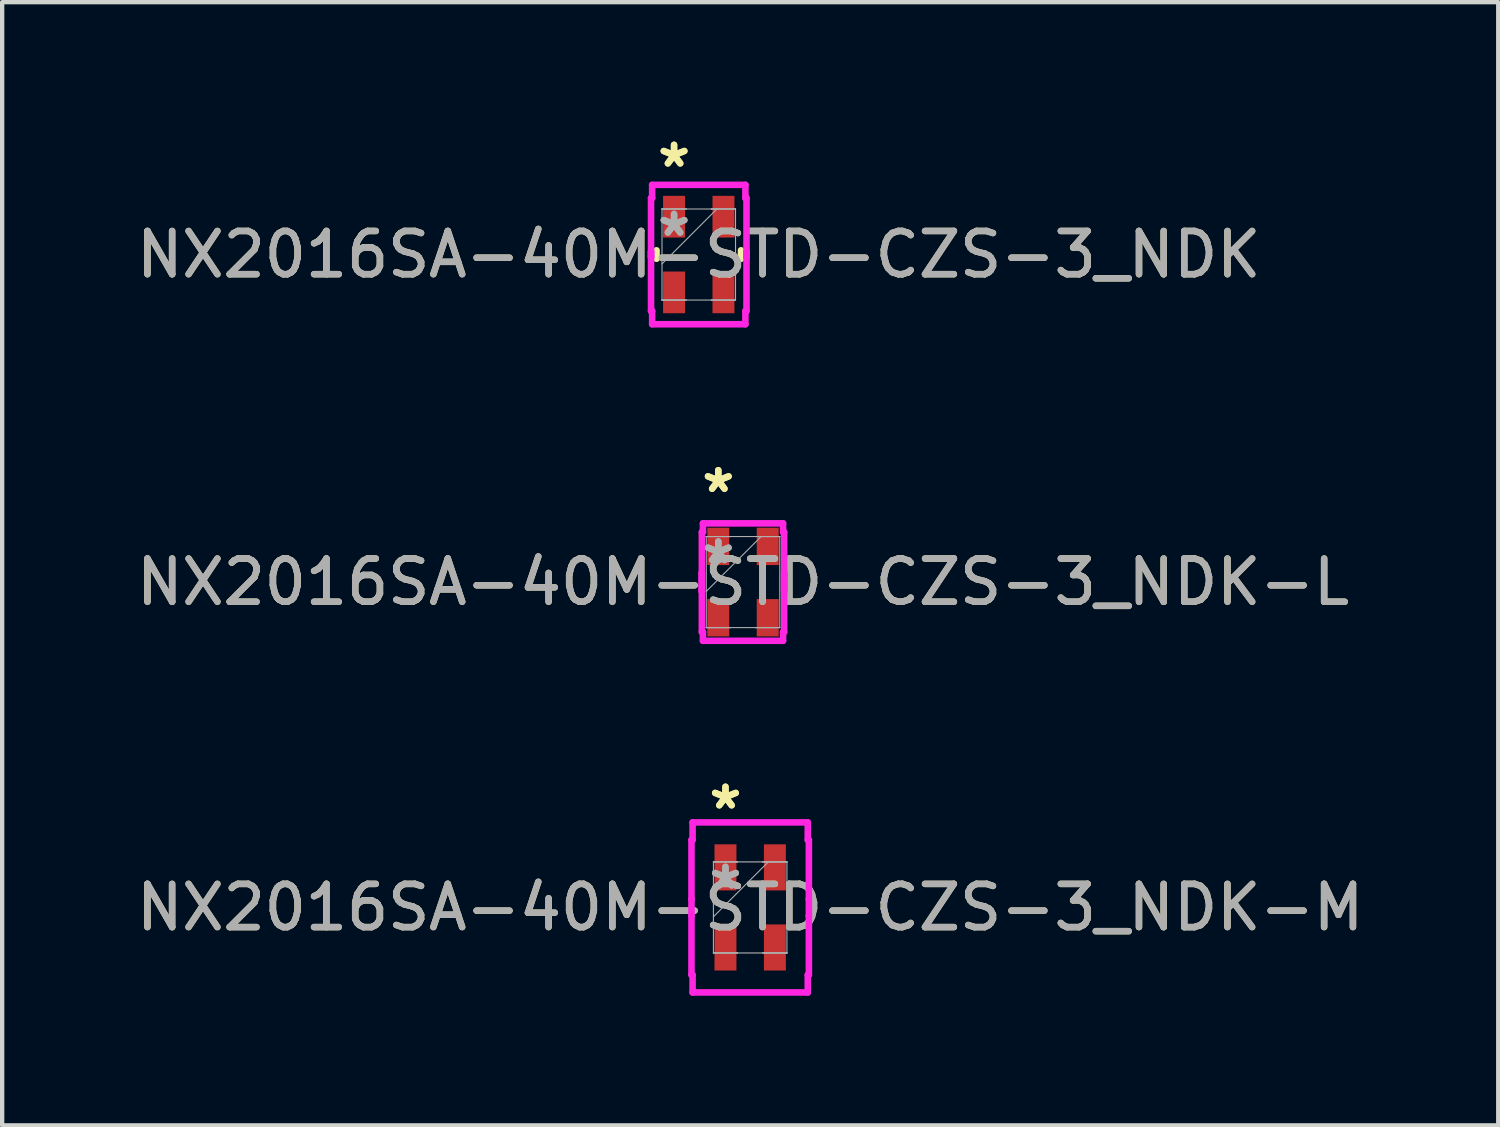
<source format=kicad_pcb>
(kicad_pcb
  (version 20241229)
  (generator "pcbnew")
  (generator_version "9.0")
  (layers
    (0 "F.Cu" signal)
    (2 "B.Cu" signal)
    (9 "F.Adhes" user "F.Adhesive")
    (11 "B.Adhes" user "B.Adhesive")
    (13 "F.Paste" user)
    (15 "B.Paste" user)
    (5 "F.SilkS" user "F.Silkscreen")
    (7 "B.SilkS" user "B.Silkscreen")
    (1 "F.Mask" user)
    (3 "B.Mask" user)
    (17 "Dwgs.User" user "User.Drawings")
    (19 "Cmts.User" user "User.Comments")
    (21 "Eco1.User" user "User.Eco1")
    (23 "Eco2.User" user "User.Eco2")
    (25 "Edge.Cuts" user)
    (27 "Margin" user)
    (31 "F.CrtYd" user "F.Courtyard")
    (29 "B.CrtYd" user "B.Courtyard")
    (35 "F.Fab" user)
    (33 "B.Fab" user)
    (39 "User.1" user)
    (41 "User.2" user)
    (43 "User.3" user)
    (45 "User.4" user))
  (footprint "NX2016SA-40M-STD-CZS-3_NDK"
    (layer "F.Cu")
    (at 13.125 2.842)
    (property "Reference" "NX2016SA-40M-STD-CZS-3_NDK" (at 0 0 0) (unlocked yes) (layer "F.SilkS") (effects (font (size 1 1) (thickness 0.15))))
    (attr smd)
    (fp_line (start -0.978 -0.098) (end -0.978 0.098) (stroke (width 0.152) (type solid)) (layer "F.SilkS"))
    (fp_line (start 0.978 0.098) (end 0.978 -0.098) (stroke (width 0.152) (type solid)) (layer "F.SilkS"))
    (fp_line (start -1.105 -1.308) (end -1.079 -1.308) (stroke (width 0.152) (type solid)) (layer "F.CrtYd"))
    (fp_line (start -1.105 -0.064) (end -1.105 -0.064) (stroke (width 0.152) (type solid)) (layer "F.CrtYd"))
    (fp_line (start -1.105 -0.064) (end -1.105 0.064) (stroke (width 0.152) (type solid)) (layer "F.CrtYd"))
    (fp_line (start -1.105 0.064) (end -1.105 -1.308) (stroke (width 0.152) (type solid)) (layer "F.CrtYd"))
    (fp_line (start -1.105 0.064) (end -1.105 0.064) (stroke (width 0.152) (type solid)) (layer "F.CrtYd"))
    (fp_line (start -1.105 1.308) (end -1.105 -0.064) (stroke (width 0.152) (type solid)) (layer "F.CrtYd"))
    (fp_line (start -1.079 -1.613) (end 1.079 -1.613) (stroke (width 0.152) (type solid)) (layer "F.CrtYd"))
    (fp_line (start -1.079 -1.308) (end -1.079 -1.613) (stroke (width 0.152) (type solid)) (layer "F.CrtYd"))
    (fp_line (start -1.079 1.308) (end -1.105 1.308) (stroke (width 0.152) (type solid)) (layer "F.CrtYd"))
    (fp_line (start -1.079 1.613) (end -1.079 1.308) (stroke (width 0.152) (type solid)) (layer "F.CrtYd"))
    (fp_line (start 1.079 -1.613) (end 1.079 -1.308) (stroke (width 0.152) (type solid)) (layer "F.CrtYd"))
    (fp_line (start 1.079 -1.308) (end 1.105 -1.308) (stroke (width 0.152) (type solid)) (layer "F.CrtYd"))
    (fp_line (start 1.079 1.308) (end 1.079 1.613) (stroke (width 0.152) (type solid)) (layer "F.CrtYd"))
    (fp_line (start 1.079 1.613) (end -1.079 1.613) (stroke (width 0.152) (type solid)) (layer "F.CrtYd"))
    (fp_line (start 1.105 -1.308) (end 1.105 0.064) (stroke (width 0.152) (type solid)) (layer "F.CrtYd"))
    (fp_line (start 1.105 -0.064) (end 1.105 -0.064) (stroke (width 0.152) (type solid)) (layer "F.CrtYd"))
    (fp_line (start 1.105 -0.064) (end 1.105 1.308) (stroke (width 0.152) (type solid)) (layer "F.CrtYd"))
    (fp_line (start 1.105 0.064) (end 1.105 -0.064) (stroke (width 0.152) (type solid)) (layer "F.CrtYd"))
    (fp_line (start 1.105 0.064) (end 1.105 0.064) (stroke (width 0.152) (type solid)) (layer "F.CrtYd"))
    (fp_line (start 1.105 1.308) (end 1.079 1.308) (stroke (width 0.152) (type solid)) (layer "F.CrtYd"))
    (fp_line (start -0.851 -1.054) (end -0.851 -1.054) (stroke (width 0.025) (type solid)) (layer "F.Fab"))
    (fp_line (start -0.851 -1.054) (end -0.851 -1.054) (stroke (width 0.025) (type solid)) (layer "F.Fab"))
    (fp_line (start -0.851 -1.054) (end -0.851 1.054) (stroke (width 0.025) (type solid)) (layer "F.Fab"))
    (fp_line (start -0.851 -1.054) (end -0.292 -1.054) (stroke (width 0.025) (type solid)) (layer "F.Fab"))
    (fp_line (start -0.851 0.216) (end 0.419 -1.054) (stroke (width 0.025) (type solid)) (layer "F.Fab"))
    (fp_line (start -0.851 1.054) (end -0.851 1.054) (stroke (width 0.025) (type solid)) (layer "F.Fab"))
    (fp_line (start -0.851 1.054) (end -0.851 1.054) (stroke (width 0.025) (type solid)) (layer "F.Fab"))
    (fp_line (start -0.851 1.054) (end -0.292 1.054) (stroke (width 0.025) (type solid)) (layer "F.Fab"))
    (fp_line (start -0.851 1.054) (end 0.851 1.054) (stroke (width 0.025) (type solid)) (layer "F.Fab"))
    (fp_line (start -0.292 -1.054) (end -0.851 -1.054) (stroke (width 0.025) (type solid)) (layer "F.Fab"))
    (fp_line (start -0.292 -1.054) (end -0.292 -1.054) (stroke (width 0.025) (type solid)) (layer "F.Fab"))
    (fp_line (start -0.292 1.054) (end -0.851 1.054) (stroke (width 0.025) (type solid)) (layer "F.Fab"))
    (fp_line (start -0.292 1.054) (end -0.292 1.054) (stroke (width 0.025) (type solid)) (layer "F.Fab"))
    (fp_line (start 0.292 -1.054) (end 0.292 -1.054) (stroke (width 0.025) (type solid)) (layer "F.Fab"))
    (fp_line (start 0.292 -1.054) (end 0.851 -1.054) (stroke (width 0.025) (type solid)) (layer "F.Fab"))
    (fp_line (start 0.292 1.054) (end 0.292 1.054) (stroke (width 0.025) (type solid)) (layer "F.Fab"))
    (fp_line (start 0.292 1.054) (end 0.851 1.054) (stroke (width 0.025) (type solid)) (layer "F.Fab"))
    (fp_line (start 0.851 -1.054) (end -0.851 -1.054) (stroke (width 0.025) (type solid)) (layer "F.Fab"))
    (fp_line (start 0.851 -1.054) (end 0.292 -1.054) (stroke (width 0.025) (type solid)) (layer "F.Fab"))
    (fp_line (start 0.851 -1.054) (end 0.851 -1.054) (stroke (width 0.025) (type solid)) (layer "F.Fab"))
    (fp_line (start 0.851 -1.054) (end 0.851 -1.054) (stroke (width 0.025) (type solid)) (layer "F.Fab"))
    (fp_line (start 0.851 1.054) (end 0.292 1.054) (stroke (width 0.025) (type solid)) (layer "F.Fab"))
    (fp_line (start 0.851 1.054) (end 0.851 -1.054) (stroke (width 0.025) (type solid)) (layer "F.Fab"))
    (fp_line (start 0.851 1.054) (end 0.851 1.054) (stroke (width 0.025) (type solid)) (layer "F.Fab"))
    (fp_line (start 0.851 1.054) (end 0.851 1.054) (stroke (width 0.025) (type solid)) (layer "F.Fab"))
    (fp_text user "*" (at -0.572 -1.994 0) (layer "F.SilkS") (effects (font (size 1 1) (thickness 0.15))))
    (fp_text user "*" (at -0.572 -1.994 0) (unlocked yes) (layer "F.SilkS") (effects (font (size 1 1) (thickness 0.15))))
    (fp_text user "*" (at -0.572 -0.394 0) (layer "F.Fab") (effects (font (size 1 1) (thickness 0.15))))
    (fp_text user "*" (at -0.572 -0.394 0) (unlocked yes) (layer "F.Fab") (effects (font (size 1 1) (thickness 0.15))))
    (fp_text user "${REFERENCE}" (at 0 0 0) (unlocked yes) (layer "F.Fab") (effects (font (size 1 1) (thickness 0.15))))
    (pad "1" smd rect (at -0.572 -0.876) (size 0.508 0.965) (layers "F.Cu" "F.Mask" "F.Paste"))
    (pad "2" smd rect (at -0.572 0.876) (size 0.508 0.965) (layers "F.Cu" "F.Mask" "F.Paste"))
    (pad "3" smd rect (at 0.572 0.876) (size 0.508 0.965) (layers "F.Cu" "F.Mask" "F.Paste"))
    (pad "4" smd rect (at 0.572 -0.876) (size 0.508 0.965) (layers "F.Cu" "F.Mask" "F.Paste")))
  (footprint "NX2016SA-40M-STD-CZS-3_NDK-M"
    (layer "F.Cu")
    (at 14.315 17.955)
    (property "Reference" "NX2016SA-40M-STD-CZS-3_NDK-M" (at 0 0 0) (unlocked yes) (layer "F.SilkS") (effects (font (size 1 1) (thickness 0.15))))
    (attr smd)
    (fp_line (start -1.359 -1.562) (end -1.333 -1.562) (stroke (width 0.152) (type solid)) (layer "F.CrtYd"))
    (fp_line (start -1.359 -0.191) (end -1.359 -1.562) (stroke (width 0.152) (type solid)) (layer "F.CrtYd"))
    (fp_line (start -1.359 -0.191) (end -1.359 -0.191) (stroke (width 0.152) (type solid)) (layer "F.CrtYd"))
    (fp_line (start -1.359 0.191) (end -1.359 -0.191) (stroke (width 0.152) (type solid)) (layer "F.CrtYd"))
    (fp_line (start -1.359 0.191) (end -1.359 0.191) (stroke (width 0.152) (type solid)) (layer "F.CrtYd"))
    (fp_line (start -1.359 1.562) (end -1.359 0.191) (stroke (width 0.152) (type solid)) (layer "F.CrtYd"))
    (fp_line (start -1.333 -1.968) (end 1.333 -1.968) (stroke (width 0.152) (type solid)) (layer "F.CrtYd"))
    (fp_line (start -1.333 -1.562) (end -1.333 -1.968) (stroke (width 0.152) (type solid)) (layer "F.CrtYd"))
    (fp_line (start -1.333 1.562) (end -1.359 1.562) (stroke (width 0.152) (type solid)) (layer "F.CrtYd"))
    (fp_line (start -1.333 1.968) (end -1.333 1.562) (stroke (width 0.152) (type solid)) (layer "F.CrtYd"))
    (fp_line (start 1.333 -1.968) (end 1.333 -1.562) (stroke (width 0.152) (type solid)) (layer "F.CrtYd"))
    (fp_line (start 1.333 -1.562) (end 1.359 -1.562) (stroke (width 0.152) (type solid)) (layer "F.CrtYd"))
    (fp_line (start 1.333 1.562) (end 1.333 1.968) (stroke (width 0.152) (type solid)) (layer "F.CrtYd"))
    (fp_line (start 1.333 1.968) (end -1.333 1.968) (stroke (width 0.152) (type solid)) (layer "F.CrtYd"))
    (fp_line (start 1.359 -1.562) (end 1.359 -0.191) (stroke (width 0.152) (type solid)) (layer "F.CrtYd"))
    (fp_line (start 1.359 -0.191) (end 1.359 -0.191) (stroke (width 0.152) (type solid)) (layer "F.CrtYd"))
    (fp_line (start 1.359 -0.191) (end 1.359 0.191) (stroke (width 0.152) (type solid)) (layer "F.CrtYd"))
    (fp_line (start 1.359 0.191) (end 1.359 0.191) (stroke (width 0.152) (type solid)) (layer "F.CrtYd"))
    (fp_line (start 1.359 0.191) (end 1.359 1.562) (stroke (width 0.152) (type solid)) (layer "F.CrtYd"))
    (fp_line (start 1.359 1.562) (end 1.333 1.562) (stroke (width 0.152) (type solid)) (layer "F.CrtYd"))
    (fp_line (start -0.851 -1.054) (end -0.851 -1.054) (stroke (width 0.025) (type solid)) (layer "F.Fab"))
    (fp_line (start -0.851 -1.054) (end -0.851 -1.054) (stroke (width 0.025) (type solid)) (layer "F.Fab"))
    (fp_line (start -0.851 -1.054) (end -0.851 1.054) (stroke (width 0.025) (type solid)) (layer "F.Fab"))
    (fp_line (start -0.851 -1.054) (end -0.292 -1.054) (stroke (width 0.025) (type solid)) (layer "F.Fab"))
    (fp_line (start -0.851 0.216) (end 0.419 -1.054) (stroke (width 0.025) (type solid)) (layer "F.Fab"))
    (fp_line (start -0.851 1.054) (end -0.851 1.054) (stroke (width 0.025) (type solid)) (layer "F.Fab"))
    (fp_line (start -0.851 1.054) (end -0.851 1.054) (stroke (width 0.025) (type solid)) (layer "F.Fab"))
    (fp_line (start -0.851 1.054) (end -0.292 1.054) (stroke (width 0.025) (type solid)) (layer "F.Fab"))
    (fp_line (start -0.851 1.054) (end 0.851 1.054) (stroke (width 0.025) (type solid)) (layer "F.Fab"))
    (fp_line (start -0.292 -1.054) (end -0.851 -1.054) (stroke (width 0.025) (type solid)) (layer "F.Fab"))
    (fp_line (start -0.292 -1.054) (end -0.292 -1.054) (stroke (width 0.025) (type solid)) (layer "F.Fab"))
    (fp_line (start -0.292 1.054) (end -0.851 1.054) (stroke (width 0.025) (type solid)) (layer "F.Fab"))
    (fp_line (start -0.292 1.054) (end -0.292 1.054) (stroke (width 0.025) (type solid)) (layer "F.Fab"))
    (fp_line (start 0.292 -1.054) (end 0.292 -1.054) (stroke (width 0.025) (type solid)) (layer "F.Fab"))
    (fp_line (start 0.292 -1.054) (end 0.851 -1.054) (stroke (width 0.025) (type solid)) (layer "F.Fab"))
    (fp_line (start 0.292 1.054) (end 0.292 1.054) (stroke (width 0.025) (type solid)) (layer "F.Fab"))
    (fp_line (start 0.292 1.054) (end 0.851 1.054) (stroke (width 0.025) (type solid)) (layer "F.Fab"))
    (fp_line (start 0.851 -1.054) (end -0.851 -1.054) (stroke (width 0.025) (type solid)) (layer "F.Fab"))
    (fp_line (start 0.851 -1.054) (end 0.292 -1.054) (stroke (width 0.025) (type solid)) (layer "F.Fab"))
    (fp_line (start 0.851 -1.054) (end 0.851 -1.054) (stroke (width 0.025) (type solid)) (layer "F.Fab"))
    (fp_line (start 0.851 -1.054) (end 0.851 -1.054) (stroke (width 0.025) (type solid)) (layer "F.Fab"))
    (fp_line (start 0.851 1.054) (end 0.292 1.054) (stroke (width 0.025) (type solid)) (layer "F.Fab"))
    (fp_line (start 0.851 1.054) (end 0.851 -1.054) (stroke (width 0.025) (type solid)) (layer "F.Fab"))
    (fp_line (start 0.851 1.054) (end 0.851 1.054) (stroke (width 0.025) (type solid)) (layer "F.Fab"))
    (fp_line (start 0.851 1.054) (end 0.851 1.054) (stroke (width 0.025) (type solid)) (layer "F.Fab"))
    (fp_text user "*" (at -0.572 -2.248 0) (unlocked yes) (layer "F.SilkS") (effects (font (size 1 1) (thickness 0.15))))
    (fp_text user "*" (at -0.572 -2.248 0) (layer "F.SilkS") (effects (font (size 1 1) (thickness 0.15))))
    (fp_text user "*" (at -0.572 -0.394 0) (layer "F.Fab") (effects (font (size 1 1) (thickness 0.15))))
    (fp_text user "${REFERENCE}" (at 0 0 0) (unlocked yes) (layer "F.Fab") (effects (font (size 1 1) (thickness 0.15))))
    (fp_text user "*" (at -0.572 -0.394 0) (unlocked yes) (layer "F.Fab") (effects (font (size 1 1) (thickness 0.15))))
    (pad "1" smd rect (at -0.572 -0.927) (size 0.508 1.067) (layers "F.Cu" "F.Mask" "F.Paste"))
    (pad "2" smd rect (at -0.572 0.927) (size 0.508 1.067) (layers "F.Cu" "F.Mask" "F.Paste"))
    (pad "3" smd rect (at 0.572 0.927) (size 0.508 1.067) (layers "F.Cu" "F.Mask" "F.Paste"))
    (pad "4" smd rect (at 0.572 -0.927) (size 0.508 1.067) (layers "F.Cu" "F.Mask" "F.Paste")))
  (footprint "NX2016SA-40M-STD-CZS-3_NDK-L"
    (layer "F.Cu")
    (at 14.149 10.424)
    (property "Reference" "NX2016SA-40M-STD-CZS-3_NDK-L" (at 0 0 0) (unlocked yes) (layer "F.SilkS") (effects (font (size 1 1) (thickness 0.15))))
    (attr smd)
    (fp_line (start -0.953 -1.156) (end -0.927 -1.156) (stroke (width 0.152) (type solid)) (layer "F.CrtYd"))
    (fp_line (start -0.953 -0.216) (end -0.953 -0.216) (stroke (width 0.152) (type solid)) (layer "F.CrtYd"))
    (fp_line (start -0.953 -0.216) (end -0.953 0.216) (stroke (width 0.152) (type solid)) (layer "F.CrtYd"))
    (fp_line (start -0.953 0.216) (end -0.953 -1.156) (stroke (width 0.152) (type solid)) (layer "F.CrtYd"))
    (fp_line (start -0.953 0.216) (end -0.953 0.216) (stroke (width 0.152) (type solid)) (layer "F.CrtYd"))
    (fp_line (start -0.953 1.156) (end -0.953 -0.216) (stroke (width 0.152) (type solid)) (layer "F.CrtYd"))
    (fp_line (start -0.927 -1.359) (end 0.927 -1.359) (stroke (width 0.152) (type solid)) (layer "F.CrtYd"))
    (fp_line (start -0.927 -1.156) (end -0.927 -1.359) (stroke (width 0.152) (type solid)) (layer "F.CrtYd"))
    (fp_line (start -0.927 1.156) (end -0.953 1.156) (stroke (width 0.152) (type solid)) (layer "F.CrtYd"))
    (fp_line (start -0.927 1.359) (end -0.927 1.156) (stroke (width 0.152) (type solid)) (layer "F.CrtYd"))
    (fp_line (start 0.927 -1.359) (end 0.927 -1.156) (stroke (width 0.152) (type solid)) (layer "F.CrtYd"))
    (fp_line (start 0.927 -1.156) (end 0.953 -1.156) (stroke (width 0.152) (type solid)) (layer "F.CrtYd"))
    (fp_line (start 0.927 1.156) (end 0.927 1.359) (stroke (width 0.152) (type solid)) (layer "F.CrtYd"))
    (fp_line (start 0.927 1.359) (end -0.927 1.359) (stroke (width 0.152) (type solid)) (layer "F.CrtYd"))
    (fp_line (start 0.953 -1.156) (end 0.953 0.216) (stroke (width 0.152) (type solid)) (layer "F.CrtYd"))
    (fp_line (start 0.953 -0.216) (end 0.953 -0.216) (stroke (width 0.152) (type solid)) (layer "F.CrtYd"))
    (fp_line (start 0.953 -0.216) (end 0.953 1.156) (stroke (width 0.152) (type solid)) (layer "F.CrtYd"))
    (fp_line (start 0.953 0.216) (end 0.953 -0.216) (stroke (width 0.152) (type solid)) (layer "F.CrtYd"))
    (fp_line (start 0.953 0.216) (end 0.953 0.216) (stroke (width 0.152) (type solid)) (layer "F.CrtYd"))
    (fp_line (start 0.953 1.156) (end 0.927 1.156) (stroke (width 0.152) (type solid)) (layer "F.CrtYd"))
    (fp_line (start -0.851 -1.054) (end -0.851 -1.054) (stroke (width 0.025) (type solid)) (layer "F.Fab"))
    (fp_line (start -0.851 -1.054) (end -0.851 -1.054) (stroke (width 0.025) (type solid)) (layer "F.Fab"))
    (fp_line (start -0.851 -1.054) (end -0.851 1.054) (stroke (width 0.025) (type solid)) (layer "F.Fab"))
    (fp_line (start -0.851 -1.054) (end -0.292 -1.054) (stroke (width 0.025) (type solid)) (layer "F.Fab"))
    (fp_line (start -0.851 0.216) (end 0.419 -1.054) (stroke (width 0.025) (type solid)) (layer "F.Fab"))
    (fp_line (start -0.851 1.054) (end -0.851 1.054) (stroke (width 0.025) (type solid)) (layer "F.Fab"))
    (fp_line (start -0.851 1.054) (end -0.851 1.054) (stroke (width 0.025) (type solid)) (layer "F.Fab"))
    (fp_line (start -0.851 1.054) (end -0.292 1.054) (stroke (width 0.025) (type solid)) (layer "F.Fab"))
    (fp_line (start -0.851 1.054) (end 0.851 1.054) (stroke (width 0.025) (type solid)) (layer "F.Fab"))
    (fp_line (start -0.292 -1.054) (end -0.851 -1.054) (stroke (width 0.025) (type solid)) (layer "F.Fab"))
    (fp_line (start -0.292 -1.054) (end -0.292 -1.054) (stroke (width 0.025) (type solid)) (layer "F.Fab"))
    (fp_line (start -0.292 1.054) (end -0.851 1.054) (stroke (width 0.025) (type solid)) (layer "F.Fab"))
    (fp_line (start -0.292 1.054) (end -0.292 1.054) (stroke (width 0.025) (type solid)) (layer "F.Fab"))
    (fp_line (start 0.292 -1.054) (end 0.292 -1.054) (stroke (width 0.025) (type solid)) (layer "F.Fab"))
    (fp_line (start 0.292 -1.054) (end 0.851 -1.054) (stroke (width 0.025) (type solid)) (layer "F.Fab"))
    (fp_line (start 0.292 1.054) (end 0.292 1.054) (stroke (width 0.025) (type solid)) (layer "F.Fab"))
    (fp_line (start 0.292 1.054) (end 0.851 1.054) (stroke (width 0.025) (type solid)) (layer "F.Fab"))
    (fp_line (start 0.851 -1.054) (end -0.851 -1.054) (stroke (width 0.025) (type solid)) (layer "F.Fab"))
    (fp_line (start 0.851 -1.054) (end 0.292 -1.054) (stroke (width 0.025) (type solid)) (layer "F.Fab"))
    (fp_line (start 0.851 -1.054) (end 0.851 -1.054) (stroke (width 0.025) (type solid)) (layer "F.Fab"))
    (fp_line (start 0.851 -1.054) (end 0.851 -1.054) (stroke (width 0.025) (type solid)) (layer "F.Fab"))
    (fp_line (start 0.851 1.054) (end 0.292 1.054) (stroke (width 0.025) (type solid)) (layer "F.Fab"))
    (fp_line (start 0.851 1.054) (end 0.851 -1.054) (stroke (width 0.025) (type solid)) (layer "F.Fab"))
    (fp_line (start 0.851 1.054) (end 0.851 1.054) (stroke (width 0.025) (type solid)) (layer "F.Fab"))
    (fp_line (start 0.851 1.054) (end 0.851 1.054) (stroke (width 0.025) (type solid)) (layer "F.Fab"))
    (fp_text user "*" (at -0.572 -2.045 0) (unlocked yes) (layer "F.SilkS") (effects (font (size 1 1) (thickness 0.15))))
    (fp_text user "*" (at -0.572 -2.045 0) (layer "F.SilkS") (effects (font (size 1 1) (thickness 0.15))))
    (fp_text user "*" (at -0.572 -0.394 0) (unlocked yes) (layer "F.Fab") (effects (font (size 1 1) (thickness 0.15))))
    (fp_text user "*" (at -0.572 -0.394 0) (layer "F.Fab") (effects (font (size 1 1) (thickness 0.15))))
    (fp_text user "${REFERENCE}" (at 0 0 0) (unlocked yes) (layer "F.Fab") (effects (font (size 1 1) (thickness 0.15))))
    (pad "1" smd rect (at -0.572 -0.826) (size 0.508 0.864) (layers "F.Cu" "F.Mask" "F.Paste"))
    (pad "2" smd rect (at -0.572 0.826) (size 0.508 0.864) (layers "F.Cu" "F.Mask" "F.Paste"))
    (pad "3" smd rect (at 0.572 0.826) (size 0.508 0.864) (layers "F.Cu" "F.Mask" "F.Paste"))
    (pad "4" smd rect (at 0.572 -0.826) (size 0.508 0.864) (layers "F.Cu" "F.Mask" "F.Paste")))
  (gr_rect
    (start -3 -3)
    (end 31.631 23)
    (stroke (width 0.1) (type default))
    (fill no)
    (layer "Edge.Cuts")))
</source>
